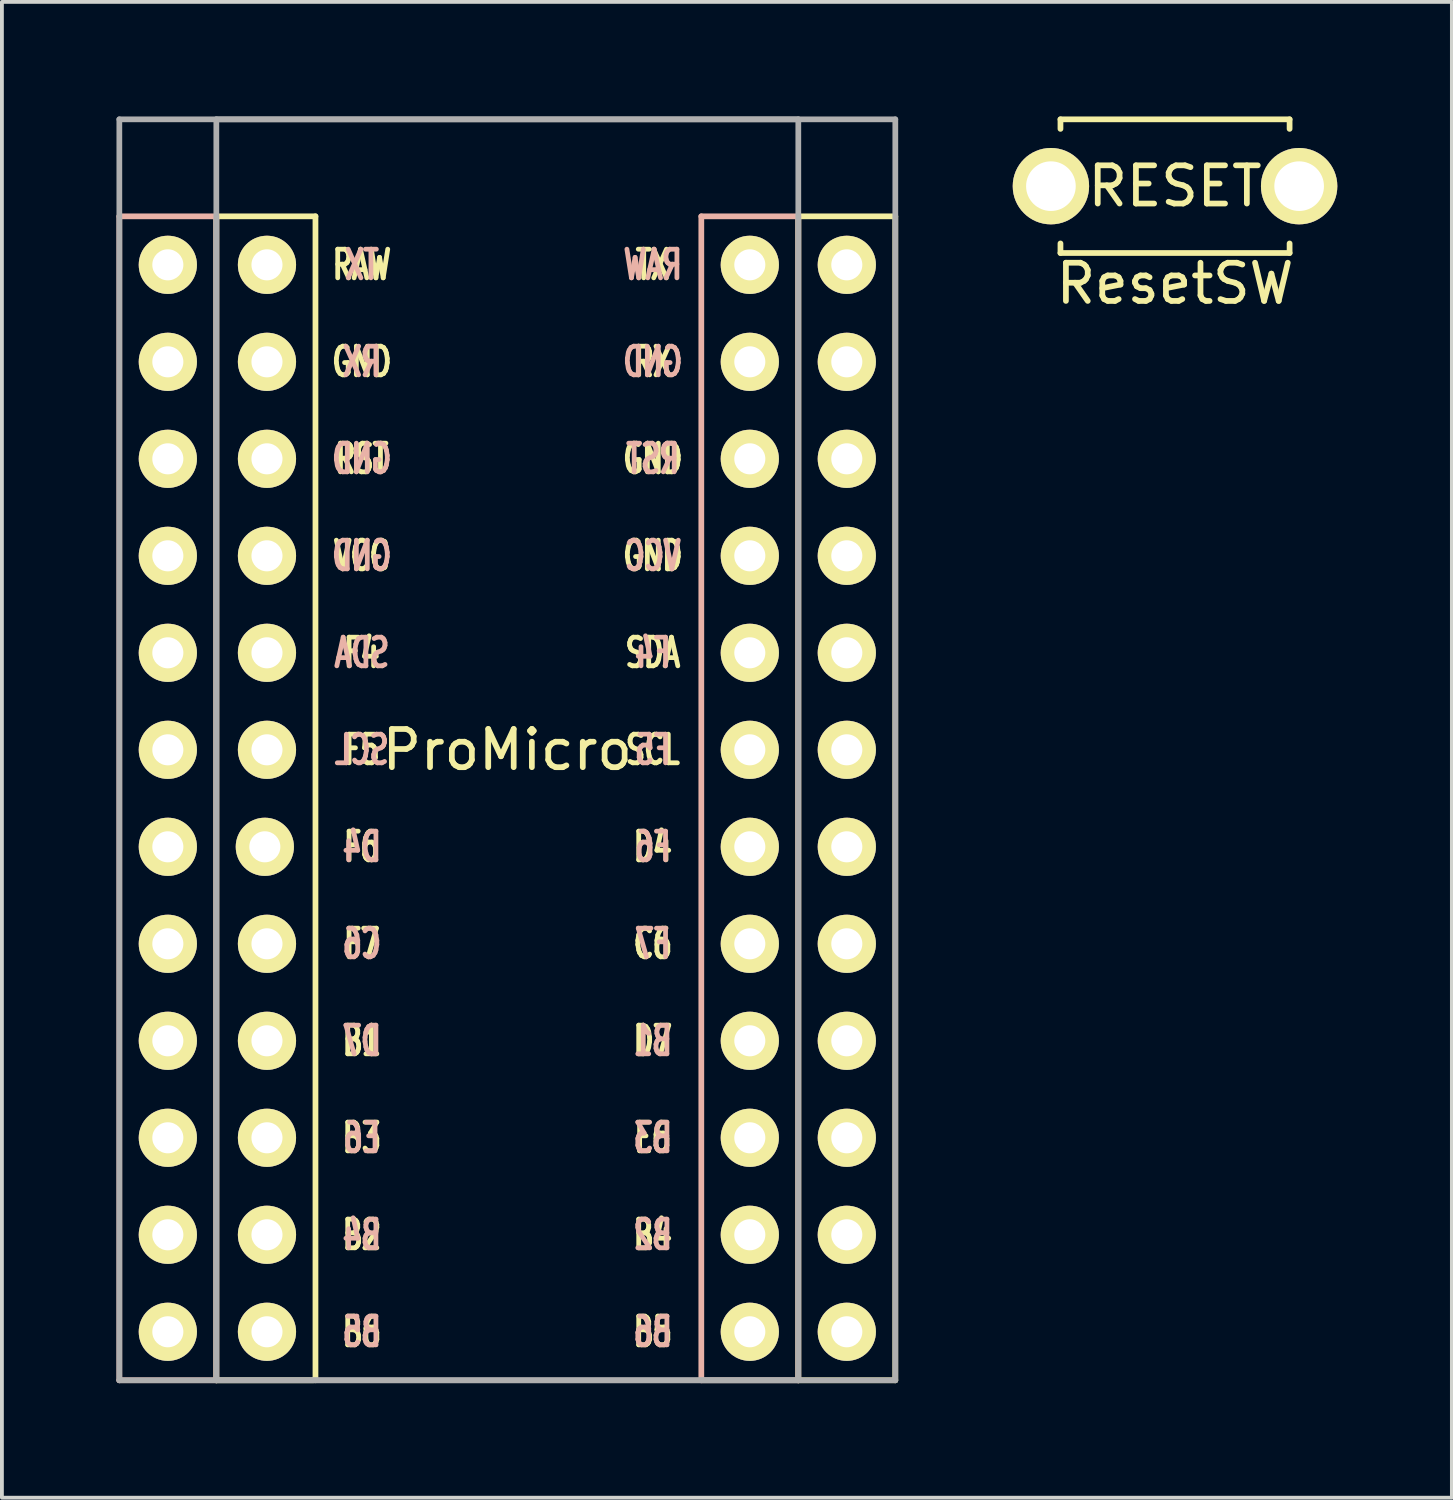
<source format=kicad_pcb>
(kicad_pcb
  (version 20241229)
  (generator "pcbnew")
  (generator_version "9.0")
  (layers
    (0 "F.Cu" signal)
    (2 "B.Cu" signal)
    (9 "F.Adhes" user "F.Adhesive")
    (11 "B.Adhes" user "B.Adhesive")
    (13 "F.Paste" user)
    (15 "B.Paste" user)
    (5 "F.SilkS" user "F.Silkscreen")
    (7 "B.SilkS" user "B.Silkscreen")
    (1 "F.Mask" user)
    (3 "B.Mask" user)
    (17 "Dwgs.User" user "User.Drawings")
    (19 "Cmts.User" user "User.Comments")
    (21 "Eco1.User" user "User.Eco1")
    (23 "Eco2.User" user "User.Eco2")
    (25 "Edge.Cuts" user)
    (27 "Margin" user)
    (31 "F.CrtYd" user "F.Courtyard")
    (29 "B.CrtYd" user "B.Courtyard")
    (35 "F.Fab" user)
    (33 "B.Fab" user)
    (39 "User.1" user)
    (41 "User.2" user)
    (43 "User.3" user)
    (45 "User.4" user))
  (footprint "ResetSW"
    (layer "F.Cu")
    (at 27.72 1.825)
    (property "Reference" "ResetSW" (at 0 2.55 180) (layer "F.SilkS") (effects (font (size 1 1) (thickness 0.15))))
    (attr through_hole)
    (fp_line (start -3 -1.75) (end -3 -1.5) (stroke (width 0.15) (type solid)) (layer "F.SilkS"))
    (fp_line (start -3 -1.75) (end 3 -1.75) (stroke (width 0.15) (type solid)) (layer "F.SilkS"))
    (fp_line (start -3 1.75) (end -3 1.5) (stroke (width 0.15) (type solid)) (layer "F.SilkS"))
    (fp_line (start -3 1.75) (end 3 1.75) (stroke (width 0.15) (type solid)) (layer "F.SilkS"))
    (fp_line (start 3 -1.75) (end 3 -1.5) (stroke (width 0.15) (type solid)) (layer "F.SilkS"))
    (fp_line (start 3 1.75) (end 3 1.5) (stroke (width 0.15) (type solid)) (layer "F.SilkS"))
    (fp_text user "RESET" (at 0 0 180) (layer "F.SilkS") (effects (font (size 1 1) (thickness 0.15))))
    (pad "1" thru_hole circle (at 3.25 0) (size 2 2) (drill 1.3) (layers "*.Cu" "*.Mask" "F.SilkS"))
    (pad "2" thru_hole circle (at -3.25 0) (size 2 2) (drill 1.3) (layers "*.Cu" "*.Mask" "F.SilkS")))
  (footprint "ProMicro"
    (layer "F.Cu")
    (at 10.235 16.585)
    (property "Reference" "ProMicro" (at 0 0 180) (layer "F.SilkS") (effects (font (size 1 1) (thickness 0.15))))
    (attr through_hole)
    (fp_line (start -7.62 16.51) (end -7.62 -13.97) (stroke (width 0.15) (type solid)) (layer "F.SilkS"))
    (fp_line (start -7.564 -13.97) (end -5.024 -13.97) (stroke (width 0.15) (type solid)) (layer "F.SilkS"))
    (fp_line (start -5.08 16.51) (end -7.62 16.51) (stroke (width 0.15) (type solid)) (layer "F.SilkS"))
    (fp_line (start -5.024 -13.97) (end -5.024 16.51) (stroke (width 0.15) (type solid)) (layer "F.SilkS"))
    (fp_line (start 7.62 -13.97) (end 10.16 -13.97) (stroke (width 0.15) (type solid)) (layer "F.SilkS"))
    (fp_line (start 7.62 16.51) (end 7.62 -13.97) (stroke (width 0.15) (type solid)) (layer "F.SilkS"))
    (fp_line (start 10.16 -13.97) (end 10.16 16.51) (stroke (width 0.15) (type solid)) (layer "F.SilkS"))
    (fp_line (start 10.16 16.51) (end 7.62 16.51) (stroke (width 0.15) (type solid)) (layer "F.SilkS"))
    (fp_line (start -10.16 -13.97) (end -7.62 -13.97) (stroke (width 0.15) (type solid)) (layer "B.SilkS"))
    (fp_line (start -10.16 16.51) (end -10.16 -13.97) (stroke (width 0.15) (type solid)) (layer "B.SilkS"))
    (fp_line (start -7.62 -13.97) (end -7.62 16.51) (stroke (width 0.15) (type solid)) (layer "B.SilkS"))
    (fp_line (start -7.62 16.51) (end -10.16 16.51) (stroke (width 0.15) (type solid)) (layer "B.SilkS"))
    (fp_line (start 5.08 -13.97) (end 7.62 -13.97) (stroke (width 0.15) (type solid)) (layer "B.SilkS"))
    (fp_line (start 5.08 16.51) (end 5.08 -13.97) (stroke (width 0.15) (type solid)) (layer "B.SilkS"))
    (fp_line (start 7.62 -13.97) (end 7.62 16.51) (stroke (width 0.15) (type solid)) (layer "B.SilkS"))
    (fp_line (start 7.62 16.51) (end 5.08 16.51) (stroke (width 0.15) (type solid)) (layer "B.SilkS"))
    (fp_line (start -10.16 -16.51) (end 7.62 -16.51) (stroke (width 0.15) (type solid)) (layer "F.Fab"))
    (fp_line (start -10.16 16.51) (end -10.16 -16.51) (stroke (width 0.15) (type solid)) (layer "F.Fab"))
    (fp_line (start -7.62 -16.51) (end 10.16 -16.51) (stroke (width 0.15) (type solid)) (layer "F.Fab"))
    (fp_line (start -7.62 16.51) (end -7.62 -16.51) (stroke (width 0.15) (type solid)) (layer "F.Fab"))
    (fp_line (start 7.62 -16.51) (end 7.62 16.51) (stroke (width 0.15) (type solid)) (layer "F.Fab"))
    (fp_line (start 7.62 16.51) (end -10.16 16.51) (stroke (width 0.15) (type solid)) (layer "F.Fab"))
    (fp_line (start 10.16 -16.51) (end 10.16 16.51) (stroke (width 0.15) (type solid)) (layer "F.Fab"))
    (fp_line (start 10.16 16.51) (end -7.62 16.51) (stroke (width 0.15) (type solid)) (layer "F.Fab"))
    (fp_text user "E6" (at 3.81 10.16 0) (layer "F.SilkS") (effects (font (size 0.75 0.5) (thickness 0.125))))
    (fp_text user "B5" (at 3.81 15.24 0) (layer "F.SilkS") (effects (font (size 0.75 0.5) (thickness 0.125))))
    (fp_text user "F7" (at -3.81 5.08 0) (layer "F.SilkS") (effects (font (size 0.75 0.5) (thickness 0.125))))
    (fp_text user "F4" (at -3.81 -2.54 0) (layer "F.SilkS") (effects (font (size 0.75 0.5) (thickness 0.125))))
    (fp_text user "B6" (at -3.81 15.24 0) (layer "F.SilkS") (effects (font (size 0.75 0.5) (thickness 0.125))))
    (fp_text user "GND" (at -3.81 -10.16 0) (layer "F.SilkS") (effects (font (size 0.75 0.5) (thickness 0.125))))
    (fp_text user "GND" (at 3.81 -7.62 0) (layer "F.SilkS") (effects (font (size 0.75 0.5) (thickness 0.125))))
    (fp_text user "F5" (at -3.81 0 0) (layer "F.SilkS") (effects (font (size 0.75 0.5) (thickness 0.125))))
    (fp_text user "D7" (at 3.81 7.62 0) (layer "F.SilkS") (effects (font (size 0.75 0.5) (thickness 0.125))))
    (fp_text user "B1" (at -3.81 7.62 0) (layer "F.SilkS") (effects (font (size 0.75 0.5) (thickness 0.125))))
    (fp_text user "RST" (at -3.81 -7.62 0) (layer "F.SilkS") (effects (font (size 0.75 0.5) (thickness 0.125))))
    (fp_text user "C6" (at 3.81 5.08 0) (layer "F.SilkS") (effects (font (size 0.75 0.5) (thickness 0.125))))
    (fp_text user "B4" (at 3.81 12.7 0) (layer "F.SilkS") (effects (font (size 0.75 0.5) (thickness 0.125))))
    (fp_text user "B2" (at -3.81 12.7 0) (layer "F.SilkS") (effects (font (size 0.75 0.5) (thickness 0.125))))
    (fp_text user "RX" (at 3.81 -10.16 0) (layer "F.SilkS") (effects (font (size 0.75 0.5) (thickness 0.125))))
    (fp_text user "GND" (at 3.81 -5.08 0) (layer "F.SilkS") (effects (font (size 0.75 0.5) (thickness 0.125))))
    (fp_text user "RAW" (at -3.81 -12.7 0) (layer "F.SilkS") (effects (font (size 0.75 0.5) (thickness 0.125))))
    (fp_text user "TX" (at 3.81 -12.7 0) (layer "F.SilkS") (effects (font (size 0.75 0.5) (thickness 0.125))))
    (fp_text user "F6" (at -3.81 2.54 0) (layer "F.SilkS") (effects (font (size 0.75 0.5) (thickness 0.125))))
    (fp_text user "SCL" (at 3.81 0 0) (layer "F.SilkS") (effects (font (size 0.75 0.5) (thickness 0.125))))
    (fp_text user "SDA" (at 3.81 -2.54 0) (layer "F.SilkS") (effects (font (size 0.75 0.5) (thickness 0.125))))
    (fp_text user "B3" (at -3.81 10.16 0) (layer "F.SilkS") (effects (font (size 0.75 0.5) (thickness 0.125))))
    (fp_text user "D4" (at 3.81 2.54 0) (layer "F.SilkS") (effects (font (size 0.75 0.5) (thickness 0.125))))
    (fp_text user "VCC" (at -3.81 -5.08 0) (layer "F.SilkS") (effects (font (size 0.75 0.5) (thickness 0.125))))
    (fp_text user "" (at -0.5 -15.98 0) (layer "F.SilkS") (effects (font (size 1 1) (thickness 0.15))))
    (fp_text user "F4" (at 3.81 -2.54 0) (layer "B.SilkS") (effects (font (size 0.75 0.5) (thickness 0.125)) (justify mirror)))
    (fp_text user "GND" (at 3.81 -10.16 0) (layer "B.SilkS") (effects (font (size 0.75 0.5) (thickness 0.125)) (justify mirror)))
    (fp_text user "F5" (at 3.81 0 0) (layer "B.SilkS") (effects (font (size 0.75 0.5) (thickness 0.125)) (justify mirror)))
    (fp_text user "C6" (at -3.81 5.08 0) (layer "B.SilkS") (effects (font (size 0.75 0.5) (thickness 0.125)) (justify mirror)))
    (fp_text user "B3" (at 3.81 10.16 0) (layer "B.SilkS") (effects (font (size 0.75 0.5) (thickness 0.125)) (justify mirror)))
    (fp_text user "RX" (at -3.81 -10.16 0) (layer "B.SilkS") (effects (font (size 0.75 0.5) (thickness 0.125)) (justify mirror)))
    (fp_text user "RST" (at 3.81 -7.62 0) (layer "B.SilkS") (effects (font (size 0.75 0.5) (thickness 0.125)) (justify mirror)))
    (fp_text user "B6" (at 3.81 15.24 0) (layer "B.SilkS") (effects (font (size 0.75 0.5) (thickness 0.125)) (justify mirror)))
    (fp_text user "B2" (at 3.81 12.7 0) (layer "B.SilkS") (effects (font (size 0.75 0.5) (thickness 0.125)) (justify mirror)))
    (fp_text user "B1" (at 3.81 7.62 0) (layer "B.SilkS") (effects (font (size 0.75 0.5) (thickness 0.125)) (justify mirror)))
    (fp_text user "GND" (at -3.81 -7.62 0) (layer "B.SilkS") (effects (font (size 0.75 0.5) (thickness 0.125)) (justify mirror)))
    (fp_text user "D7" (at -3.81 7.62 0) (layer "B.SilkS") (effects (font (size 0.75 0.5) (thickness 0.125)) (justify mirror)))
    (fp_text user "F7" (at 3.81 5.08 0) (layer "B.SilkS") (effects (font (size 0.75 0.5) (thickness 0.125)) (justify mirror)))
    (fp_text user "B5" (at -3.81 15.24 0) (layer "B.SilkS") (effects (font (size 0.75 0.5) (thickness 0.125)) (justify mirror)))
    (fp_text user "VCC" (at 3.81 -5.08 0) (layer "B.SilkS") (effects (font (size 0.75 0.5) (thickness 0.125)) (justify mirror)))
    (fp_text user "F6" (at 3.81 2.54 0) (layer "B.SilkS") (effects (font (size 0.75 0.5) (thickness 0.125)) (justify mirror)))
    (fp_text user "B4" (at -3.81 12.7 0) (layer "B.SilkS") (effects (font (size 0.75 0.5) (thickness 0.125)) (justify mirror)))
    (fp_text user "E6" (at -3.81 10.16 0) (layer "B.SilkS") (effects (font (size 0.75 0.5) (thickness 0.125)) (justify mirror)))
    (fp_text user "SDA" (at -3.81 -2.54 0) (layer "B.SilkS") (effects (font (size 0.75 0.5) (thickness 0.125)) (justify mirror)))
    (fp_text user "GND" (at -3.81 -5.08 0) (layer "B.SilkS") (effects (font (size 0.75 0.5) (thickness 0.125)) (justify mirror)))
    (fp_text user "" (at -1.206 -14.986 0) (layer "B.SilkS") (effects (font (size 1 1) (thickness 0.15)) (justify mirror)))
    (fp_text user "SCL" (at -3.81 0 0) (layer "B.SilkS") (effects (font (size 0.75 0.5) (thickness 0.125)) (justify mirror)))
    (fp_text user "TX" (at -3.81 -12.7 0) (layer "B.SilkS") (effects (font (size 0.75 0.5) (thickness 0.125)) (justify mirror)))
    (fp_text user "D4" (at -3.81 2.54 0) (layer "B.SilkS") (effects (font (size 0.75 0.5) (thickness 0.125)) (justify mirror)))
    (fp_text user "RAW" (at 3.81 -12.7 0) (layer "B.SilkS") (effects (font (size 0.75 0.5) (thickness 0.125)) (justify mirror)))
    (pad "1" thru_hole circle (at -8.89 -12.7) (size 1.524 1.524) (drill 0.813) (layers "*.Cu" "*.Mask" "F.SilkS"))
    (pad "1" thru_hole circle (at 8.89 -12.7) (size 1.524 1.524) (drill 0.813) (layers "*.Cu" "*.Mask" "F.SilkS"))
    (pad "2" thru_hole circle (at -8.89 -10.16) (size 1.524 1.524) (drill 0.813) (layers "*.Cu" "*.Mask" "F.SilkS"))
    (pad "2" thru_hole circle (at 8.89 -10.16) (size 1.524 1.524) (drill 0.813) (layers "*.Cu" "*.Mask" "F.SilkS"))
    (pad "3" thru_hole circle (at -8.89 -7.62) (size 1.524 1.524) (drill 0.813) (layers "*.Cu" "*.Mask" "F.SilkS"))
    (pad "3" thru_hole circle (at 8.89 -7.62) (size 1.524 1.524) (drill 0.813) (layers "*.Cu" "*.Mask" "F.SilkS"))
    (pad "4" thru_hole circle (at -8.89 -5.08) (size 1.524 1.524) (drill 0.813) (layers "*.Cu" "*.Mask" "F.SilkS"))
    (pad "4" thru_hole circle (at 8.89 -5.08) (size 1.524 1.524) (drill 0.813) (layers "*.Cu" "*.Mask" "F.SilkS"))
    (pad "5" thru_hole circle (at -8.89 -2.54) (size 1.524 1.524) (drill 0.813) (layers "*.Cu" "*.Mask" "F.SilkS"))
    (pad "5" thru_hole circle (at 8.89 -2.54) (size 1.524 1.524) (drill 0.813) (layers "*.Cu" "*.Mask" "F.SilkS"))
    (pad "6" thru_hole circle (at -8.89 0) (size 1.524 1.524) (drill 0.813) (layers "*.Cu" "*.Mask" "F.SilkS"))
    (pad "6" thru_hole circle (at 8.89 0) (size 1.524 1.524) (drill 0.813) (layers "*.Cu" "*.Mask" "F.SilkS"))
    (pad "7" thru_hole circle (at -8.89 2.54) (size 1.524 1.524) (drill 0.813) (layers "*.Cu" "*.Mask" "F.SilkS"))
    (pad "7" thru_hole circle (at 8.89 2.54) (size 1.524 1.524) (drill 0.813) (layers "*.Cu" "*.Mask" "F.SilkS"))
    (pad "8" thru_hole circle (at -8.89 5.08) (size 1.524 1.524) (drill 0.813) (layers "*.Cu" "*.Mask" "F.SilkS"))
    (pad "8" thru_hole circle (at 8.89 5.08) (size 1.524 1.524) (drill 0.813) (layers "*.Cu" "*.Mask" "F.SilkS"))
    (pad "9" thru_hole circle (at -8.89 7.62) (size 1.524 1.524) (drill 0.813) (layers "*.Cu" "*.Mask" "F.SilkS"))
    (pad "9" thru_hole circle (at 8.89 7.62) (size 1.524 1.524) (drill 0.813) (layers "*.Cu" "*.Mask" "F.SilkS"))
    (pad "10" thru_hole circle (at -8.89 10.16) (size 1.524 1.524) (drill 0.813) (layers "*.Cu" "*.Mask" "F.SilkS"))
    (pad "10" thru_hole circle (at 8.89 10.16) (size 1.524 1.524) (drill 0.813) (layers "*.Cu" "*.Mask" "F.SilkS"))
    (pad "11" thru_hole circle (at -8.89 12.7) (size 1.524 1.524) (drill 0.813) (layers "*.Cu" "*.Mask" "F.SilkS"))
    (pad "11" thru_hole circle (at 8.89 12.7) (size 1.524 1.524) (drill 0.813) (layers "*.Cu" "*.Mask" "F.SilkS"))
    (pad "12" thru_hole circle (at -8.89 15.24) (size 1.524 1.524) (drill 0.813) (layers "*.Cu" "*.Mask" "F.SilkS"))
    (pad "12" thru_hole circle (at 8.89 15.24) (size 1.524 1.524) (drill 0.813) (layers "*.Cu" "*.Mask" "F.SilkS"))
    (pad "13" thru_hole circle (at -6.294 15.24) (size 1.524 1.524) (drill 0.813) (layers "*.Cu" "*.Mask" "F.SilkS"))
    (pad "13" thru_hole circle (at 6.35 15.24) (size 1.524 1.524) (drill 0.813) (layers "*.Cu" "*.Mask" "F.SilkS"))
    (pad "14" thru_hole circle (at -6.294 12.7) (size 1.524 1.524) (drill 0.813) (layers "*.Cu" "*.Mask" "F.SilkS"))
    (pad "14" thru_hole circle (at 6.35 12.7) (size 1.524 1.524) (drill 0.813) (layers "*.Cu" "*.Mask" "F.SilkS"))
    (pad "15" thru_hole circle (at -6.294 10.16) (size 1.524 1.524) (drill 0.813) (layers "*.Cu" "*.Mask" "F.SilkS"))
    (pad "15" thru_hole circle (at 6.35 10.16) (size 1.524 1.524) (drill 0.813) (layers "*.Cu" "*.Mask" "F.SilkS"))
    (pad "16" thru_hole circle (at -6.294 7.62) (size 1.524 1.524) (drill 0.813) (layers "*.Cu" "*.Mask" "F.SilkS"))
    (pad "16" thru_hole circle (at 6.35 7.62) (size 1.524 1.524) (drill 0.813) (layers "*.Cu" "*.Mask" "F.SilkS"))
    (pad "17" thru_hole circle (at -6.294 5.08) (size 1.524 1.524) (drill 0.813) (layers "*.Cu" "*.Mask" "F.SilkS"))
    (pad "17" thru_hole circle (at 6.35 5.08) (size 1.524 1.524) (drill 0.813) (layers "*.Cu" "*.Mask" "F.SilkS"))
    (pad "18" thru_hole circle (at -6.35 2.54) (size 1.524 1.524) (drill 0.813) (layers "*.Cu" "*.Mask" "F.SilkS"))
    (pad "18" thru_hole circle (at 6.35 2.54) (size 1.524 1.524) (drill 0.813) (layers "*.Cu" "*.Mask" "F.SilkS"))
    (pad "19" thru_hole circle (at -6.294 0) (size 1.524 1.524) (drill 0.813) (layers "*.Cu" "*.Mask" "F.SilkS"))
    (pad "19" thru_hole circle (at 6.35 0) (size 1.524 1.524) (drill 0.813) (layers "*.Cu" "*.Mask" "F.SilkS"))
    (pad "20" thru_hole circle (at -6.294 -2.54) (size 1.524 1.524) (drill 0.813) (layers "*.Cu" "*.Mask" "F.SilkS"))
    (pad "20" thru_hole circle (at 6.35 -2.54) (size 1.524 1.524) (drill 0.813) (layers "*.Cu" "*.Mask" "F.SilkS"))
    (pad "21" thru_hole circle (at -6.294 -5.08) (size 1.524 1.524) (drill 0.813) (layers "*.Cu" "*.Mask" "F.SilkS"))
    (pad "21" thru_hole circle (at 6.35 -5.08) (size 1.524 1.524) (drill 0.813) (layers "*.Cu" "*.Mask" "F.SilkS"))
    (pad "22" thru_hole circle (at -6.294 -7.62) (size 1.524 1.524) (drill 0.813) (layers "*.Cu" "*.Mask" "F.SilkS"))
    (pad "22" thru_hole circle (at 6.35 -7.62) (size 1.524 1.524) (drill 0.813) (layers "*.Cu" "*.Mask" "F.SilkS"))
    (pad "23" thru_hole circle (at -6.294 -10.16) (size 1.524 1.524) (drill 0.813) (layers "*.Cu" "*.Mask" "F.SilkS"))
    (pad "23" thru_hole circle (at 6.35 -10.16) (size 1.524 1.524) (drill 0.813) (layers "*.Cu" "*.Mask" "F.SilkS"))
    (pad "24" thru_hole circle (at -6.294 -12.7) (size 1.524 1.524) (drill 0.813) (layers "*.Cu" "*.Mask" "F.SilkS"))
    (pad "24" thru_hole circle (at 6.35 -12.7) (size 1.524 1.524) (drill 0.813) (layers "*.Cu" "*.Mask" "F.SilkS")))
  (gr_rect
    (start -3 -3)
    (end 34.97 36.17)
    (stroke (width 0.1) (type default))
    (fill no)
    (layer "Edge.Cuts")))
</source>
